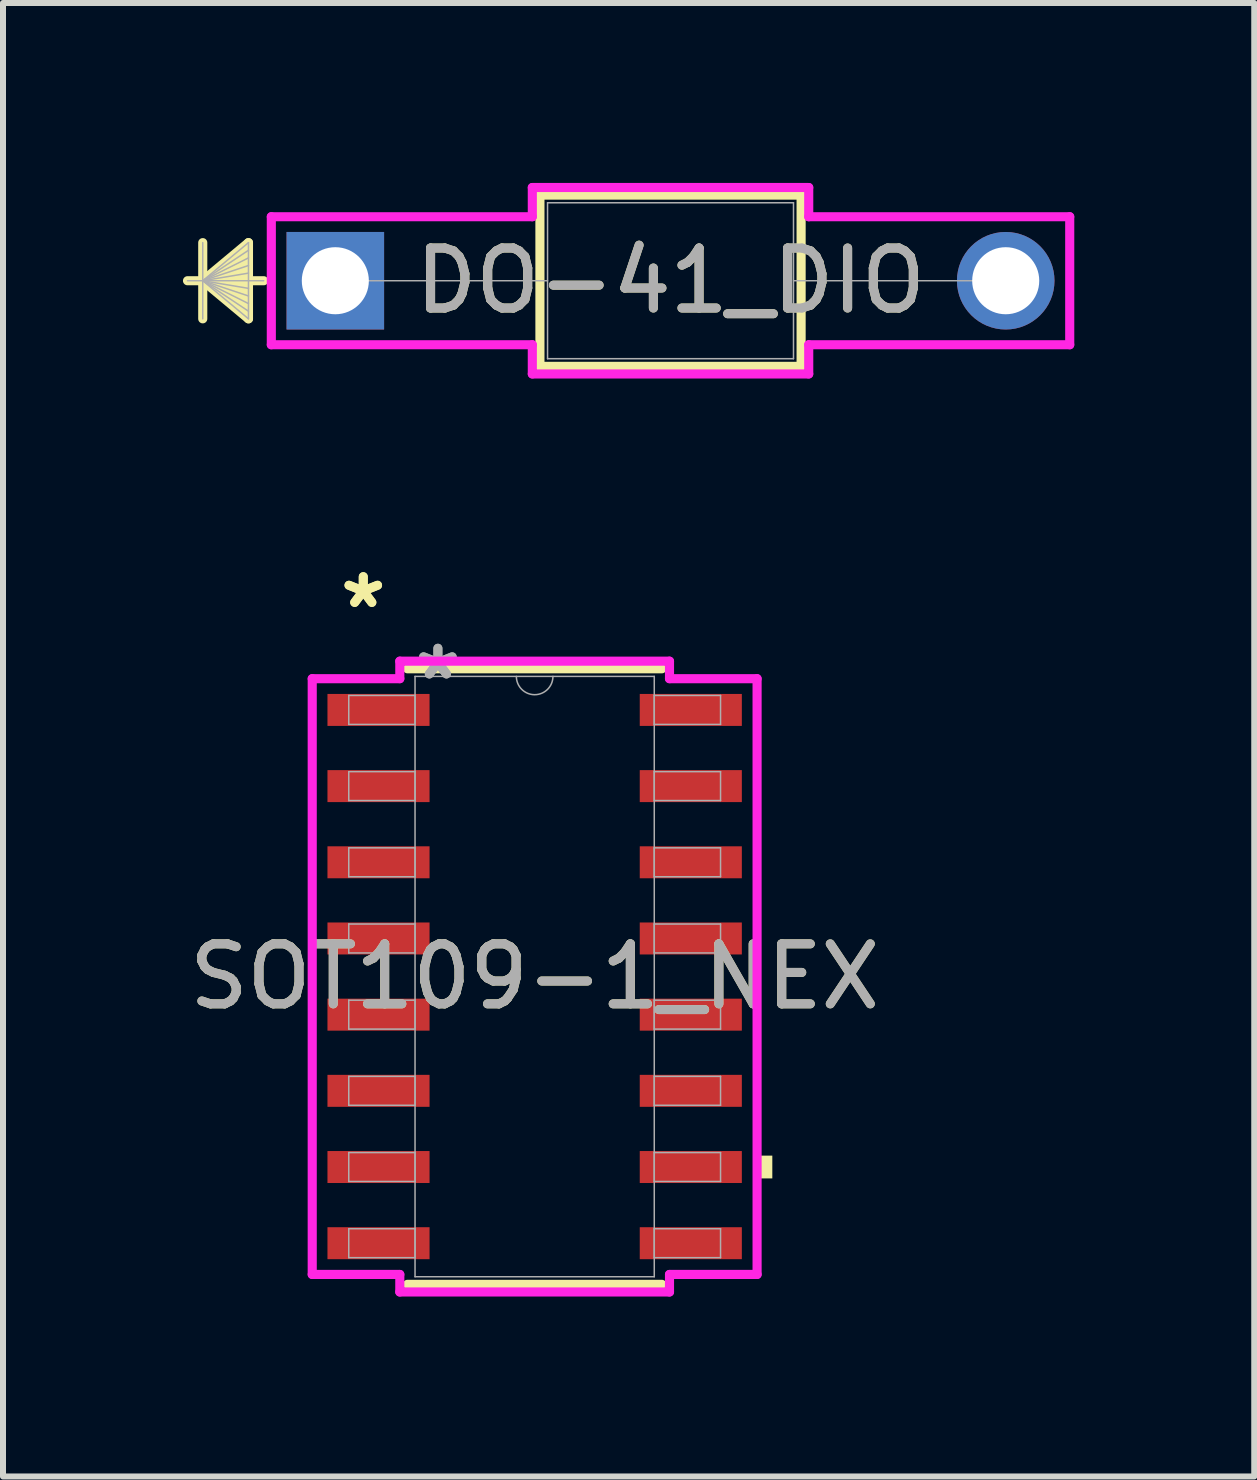
<source format=kicad_pcb>
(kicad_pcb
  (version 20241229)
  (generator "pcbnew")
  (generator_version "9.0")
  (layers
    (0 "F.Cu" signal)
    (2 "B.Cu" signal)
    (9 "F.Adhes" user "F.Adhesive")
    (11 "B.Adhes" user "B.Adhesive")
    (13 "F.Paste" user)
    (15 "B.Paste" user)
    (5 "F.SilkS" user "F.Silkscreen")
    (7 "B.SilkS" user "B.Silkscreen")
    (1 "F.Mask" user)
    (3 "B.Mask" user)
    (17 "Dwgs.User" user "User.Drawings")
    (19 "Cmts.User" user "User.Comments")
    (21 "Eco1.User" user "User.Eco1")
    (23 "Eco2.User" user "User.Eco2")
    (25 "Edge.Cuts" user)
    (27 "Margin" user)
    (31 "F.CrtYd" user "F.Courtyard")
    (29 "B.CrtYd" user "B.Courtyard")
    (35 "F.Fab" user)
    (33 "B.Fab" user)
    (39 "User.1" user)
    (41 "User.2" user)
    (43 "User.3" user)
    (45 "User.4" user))
  (footprint "DO-41_DIO"
    (layer "F.Cu")
    (at 2.54 1.63)
    (property "Reference" "DO-41_DIO" (at 5.588 0 0) (unlocked yes) (layer "F.SilkS") (effects (font (size 1 1) (thickness 0.15))))
    (attr through_hole)
    (fp_line (start -2.21 -0.635) (end -2.21 0.635) (stroke (width 0.152) (type solid)) (layer "F.SilkS"))
    (fp_line (start -2.21 0) (end -1.448 -0.635) (stroke (width 0.152) (type solid)) (layer "F.SilkS"))
    (fp_line (start -2.21 0) (end -1.448 -0.508) (stroke (width 0.152) (type solid)) (layer "F.SilkS"))
    (fp_line (start -2.21 0) (end -1.448 -0.381) (stroke (width 0.152) (type solid)) (layer "F.SilkS"))
    (fp_line (start -2.21 0) (end -1.448 -0.254) (stroke (width 0.152) (type solid)) (layer "F.SilkS"))
    (fp_line (start -2.21 0) (end -1.448 -0.127) (stroke (width 0.152) (type solid)) (layer "F.SilkS"))
    (fp_line (start -2.21 0) (end -1.448 0.127) (stroke (width 0.152) (type solid)) (layer "F.SilkS"))
    (fp_line (start -2.21 0) (end -1.448 0.254) (stroke (width 0.152) (type solid)) (layer "F.SilkS"))
    (fp_line (start -2.21 0) (end -1.448 0.381) (stroke (width 0.152) (type solid)) (layer "F.SilkS"))
    (fp_line (start -2.21 0) (end -1.448 0.508) (stroke (width 0.152) (type solid)) (layer "F.SilkS"))
    (fp_line (start -2.21 0) (end -1.448 0.635) (stroke (width 0.152) (type solid)) (layer "F.SilkS"))
    (fp_line (start -1.448 -0.635) (end -1.448 0.635) (stroke (width 0.152) (type solid)) (layer "F.SilkS"))
    (fp_line (start -1.194 0) (end -2.464 0) (stroke (width 0.152) (type solid)) (layer "F.SilkS"))
    (fp_line (start 3.411 -1.427) (end 3.411 1.427) (stroke (width 0.152) (type solid)) (layer "F.SilkS"))
    (fp_line (start 3.411 1.427) (end 7.765 1.427) (stroke (width 0.152) (type solid)) (layer "F.SilkS"))
    (fp_line (start 7.765 -1.427) (end 3.411 -1.427) (stroke (width 0.152) (type solid)) (layer "F.SilkS"))
    (fp_line (start 7.765 1.427) (end 7.765 -1.427) (stroke (width 0.152) (type solid)) (layer "F.SilkS"))
    (fp_line (start -1.067 -1.067) (end 3.284 -1.067) (stroke (width 0.152) (type solid)) (layer "F.CrtYd"))
    (fp_line (start -1.067 1.067) (end -1.067 -1.067) (stroke (width 0.152) (type solid)) (layer "F.CrtYd"))
    (fp_line (start 3.284 -1.554) (end 7.892 -1.554) (stroke (width 0.152) (type solid)) (layer "F.CrtYd"))
    (fp_line (start 3.284 -1.067) (end 3.284 -1.554) (stroke (width 0.152) (type solid)) (layer "F.CrtYd"))
    (fp_line (start 3.284 1.067) (end -1.067 1.067) (stroke (width 0.152) (type solid)) (layer "F.CrtYd"))
    (fp_line (start 3.284 1.554) (end 3.284 1.067) (stroke (width 0.152) (type solid)) (layer "F.CrtYd"))
    (fp_line (start 7.892 -1.554) (end 7.892 -1.067) (stroke (width 0.152) (type solid)) (layer "F.CrtYd"))
    (fp_line (start 7.892 -1.067) (end 12.243 -1.067) (stroke (width 0.152) (type solid)) (layer "F.CrtYd"))
    (fp_line (start 7.892 1.067) (end 7.892 1.554) (stroke (width 0.152) (type solid)) (layer "F.CrtYd"))
    (fp_line (start 7.892 1.554) (end 3.284 1.554) (stroke (width 0.152) (type solid)) (layer "F.CrtYd"))
    (fp_line (start 12.243 -1.067) (end 12.243 1.067) (stroke (width 0.152) (type solid)) (layer "F.CrtYd"))
    (fp_line (start 12.243 1.067) (end 7.892 1.067) (stroke (width 0.152) (type solid)) (layer "F.CrtYd"))
    (fp_line (start -2.21 -0.635) (end -2.21 0.635) (stroke (width 0.025) (type solid)) (layer "F.Fab"))
    (fp_line (start -2.21 0) (end -1.448 -0.635) (stroke (width 0.025) (type solid)) (layer "F.Fab"))
    (fp_line (start -2.21 0) (end -1.448 -0.508) (stroke (width 0.025) (type solid)) (layer "F.Fab"))
    (fp_line (start -2.21 0) (end -1.448 -0.381) (stroke (width 0.025) (type solid)) (layer "F.Fab"))
    (fp_line (start -2.21 0) (end -1.448 -0.254) (stroke (width 0.025) (type solid)) (layer "F.Fab"))
    (fp_line (start -2.21 0) (end -1.448 -0.127) (stroke (width 0.025) (type solid)) (layer "F.Fab"))
    (fp_line (start -2.21 0) (end -1.448 0.127) (stroke (width 0.025) (type solid)) (layer "F.Fab"))
    (fp_line (start -2.21 0) (end -1.448 0.254) (stroke (width 0.025) (type solid)) (layer "F.Fab"))
    (fp_line (start -2.21 0) (end -1.448 0.381) (stroke (width 0.025) (type solid)) (layer "F.Fab"))
    (fp_line (start -2.21 0) (end -1.448 0.508) (stroke (width 0.025) (type solid)) (layer "F.Fab"))
    (fp_line (start -2.21 0) (end -1.448 0.635) (stroke (width 0.025) (type solid)) (layer "F.Fab"))
    (fp_line (start -1.448 -0.635) (end -1.448 0.635) (stroke (width 0.025) (type solid)) (layer "F.Fab"))
    (fp_line (start -1.194 0) (end -2.464 0) (stroke (width 0.025) (type solid)) (layer "F.Fab"))
    (fp_line (start 0 0) (end 3.538 0) (stroke (width 0.025) (type solid)) (layer "F.Fab"))
    (fp_line (start 3.538 -1.3) (end 3.538 1.3) (stroke (width 0.025) (type solid)) (layer "F.Fab"))
    (fp_line (start 3.538 1.3) (end 7.638 1.3) (stroke (width 0.025) (type solid)) (layer "F.Fab"))
    (fp_line (start 7.638 -1.3) (end 3.538 -1.3) (stroke (width 0.025) (type solid)) (layer "F.Fab"))
    (fp_line (start 7.638 1.3) (end 7.638 -1.3) (stroke (width 0.025) (type solid)) (layer "F.Fab"))
    (fp_line (start 11.176 0) (end 7.638 0) (stroke (width 0.025) (type solid)) (layer "F.Fab"))
    (fp_text user "${REFERENCE}" (at 5.588 0 0) (unlocked yes) (layer "F.Fab") (effects (font (size 1 1) (thickness 0.15))))
    (pad "1" thru_hole rect (at 0 0) (size 1.626 1.626) (drill 1.118) (layers "*.Cu" "*.Mask"))
    (pad "2" thru_hole circle (at 11.176 0) (size 1.626 1.626) (drill 1.118) (layers "*.Cu" "*.Mask")))
  (footprint "SOT109-1_NEX"
    (layer "F.Cu")
    (at 5.863 13.23)
    (property "Reference" "SOT109-1_NEX" (at 0 0 0) (unlocked yes) (layer "F.SilkS") (effects (font (size 1 1) (thickness 0.15))))
    (attr smd)
    (fp_line (start -2.121 5.131) (end 2.121 5.131) (stroke (width 0.152) (type solid)) (layer "F.SilkS"))
    (fp_line (start 2.121 -5.131) (end -2.121 -5.131) (stroke (width 0.152) (type solid)) (layer "F.SilkS"))
    (fp_poly (pts (xy 3.962 2.985) (xy 3.962 3.365) (xy 3.708 3.365) (xy 3.708 2.985)) (stroke (width 0) (type solid)) (fill yes) (layer "F.SilkS"))
    (fp_line (start -3.708 -4.966) (end -2.248 -4.966) (stroke (width 0.152) (type solid)) (layer "F.CrtYd"))
    (fp_line (start -3.708 4.966) (end -3.708 -4.966) (stroke (width 0.152) (type solid)) (layer "F.CrtYd"))
    (fp_line (start -3.708 4.966) (end -2.248 4.966) (stroke (width 0.152) (type solid)) (layer "F.CrtYd"))
    (fp_line (start -2.248 -5.258) (end 2.248 -5.258) (stroke (width 0.152) (type solid)) (layer "F.CrtYd"))
    (fp_line (start -2.248 -4.966) (end -2.248 -5.258) (stroke (width 0.152) (type solid)) (layer "F.CrtYd"))
    (fp_line (start -2.248 5.258) (end -2.248 4.966) (stroke (width 0.152) (type solid)) (layer "F.CrtYd"))
    (fp_line (start 2.248 -5.258) (end 2.248 -4.966) (stroke (width 0.152) (type solid)) (layer "F.CrtYd"))
    (fp_line (start 2.248 4.966) (end 2.248 5.258) (stroke (width 0.152) (type solid)) (layer "F.CrtYd"))
    (fp_line (start 2.248 5.258) (end -2.248 5.258) (stroke (width 0.152) (type solid)) (layer "F.CrtYd"))
    (fp_line (start 3.708 -4.966) (end 2.248 -4.966) (stroke (width 0.152) (type solid)) (layer "F.CrtYd"))
    (fp_line (start 3.708 -4.966) (end 3.708 4.966) (stroke (width 0.152) (type solid)) (layer "F.CrtYd"))
    (fp_line (start 3.708 4.966) (end 2.248 4.966) (stroke (width 0.152) (type solid)) (layer "F.CrtYd"))
    (fp_line (start -3.099 -4.686) (end -3.099 -4.204) (stroke (width 0.025) (type solid)) (layer "F.Fab"))
    (fp_line (start -3.099 -4.204) (end -1.994 -4.204) (stroke (width 0.025) (type solid)) (layer "F.Fab"))
    (fp_line (start -3.099 -3.416) (end -3.099 -2.934) (stroke (width 0.025) (type solid)) (layer "F.Fab"))
    (fp_line (start -3.099 -2.934) (end -1.994 -2.934) (stroke (width 0.025) (type solid)) (layer "F.Fab"))
    (fp_line (start -3.099 -2.146) (end -3.099 -1.664) (stroke (width 0.025) (type solid)) (layer "F.Fab"))
    (fp_line (start -3.099 -1.664) (end -1.994 -1.664) (stroke (width 0.025) (type solid)) (layer "F.Fab"))
    (fp_line (start -3.099 -0.876) (end -3.099 -0.394) (stroke (width 0.025) (type solid)) (layer "F.Fab"))
    (fp_line (start -3.099 -0.394) (end -1.994 -0.394) (stroke (width 0.025) (type solid)) (layer "F.Fab"))
    (fp_line (start -3.099 0.394) (end -3.099 0.876) (stroke (width 0.025) (type solid)) (layer "F.Fab"))
    (fp_line (start -3.099 0.876) (end -1.994 0.876) (stroke (width 0.025) (type solid)) (layer "F.Fab"))
    (fp_line (start -3.099 1.664) (end -3.099 2.146) (stroke (width 0.025) (type solid)) (layer "F.Fab"))
    (fp_line (start -3.099 2.146) (end -1.994 2.146) (stroke (width 0.025) (type solid)) (layer "F.Fab"))
    (fp_line (start -3.099 2.934) (end -3.099 3.416) (stroke (width 0.025) (type solid)) (layer "F.Fab"))
    (fp_line (start -3.099 3.416) (end -1.994 3.416) (stroke (width 0.025) (type solid)) (layer "F.Fab"))
    (fp_line (start -3.099 4.204) (end -3.099 4.686) (stroke (width 0.025) (type solid)) (layer "F.Fab"))
    (fp_line (start -3.099 4.686) (end -1.994 4.686) (stroke (width 0.025) (type solid)) (layer "F.Fab"))
    (fp_line (start -1.994 -5.004) (end -1.994 5.004) (stroke (width 0.025) (type solid)) (layer "F.Fab"))
    (fp_line (start -1.994 -4.686) (end -3.099 -4.686) (stroke (width 0.025) (type solid)) (layer "F.Fab"))
    (fp_line (start -1.994 -4.204) (end -1.994 -4.686) (stroke (width 0.025) (type solid)) (layer "F.Fab"))
    (fp_line (start -1.994 -3.416) (end -3.099 -3.416) (stroke (width 0.025) (type solid)) (layer "F.Fab"))
    (fp_line (start -1.994 -2.934) (end -1.994 -3.416) (stroke (width 0.025) (type solid)) (layer "F.Fab"))
    (fp_line (start -1.994 -2.146) (end -3.099 -2.146) (stroke (width 0.025) (type solid)) (layer "F.Fab"))
    (fp_line (start -1.994 -1.664) (end -1.994 -2.146) (stroke (width 0.025) (type solid)) (layer "F.Fab"))
    (fp_line (start -1.994 -0.876) (end -3.099 -0.876) (stroke (width 0.025) (type solid)) (layer "F.Fab"))
    (fp_line (start -1.994 -0.394) (end -1.994 -0.876) (stroke (width 0.025) (type solid)) (layer "F.Fab"))
    (fp_line (start -1.994 0.394) (end -3.099 0.394) (stroke (width 0.025) (type solid)) (layer "F.Fab"))
    (fp_line (start -1.994 0.876) (end -1.994 0.394) (stroke (width 0.025) (type solid)) (layer "F.Fab"))
    (fp_line (start -1.994 1.664) (end -3.099 1.664) (stroke (width 0.025) (type solid)) (layer "F.Fab"))
    (fp_line (start -1.994 2.146) (end -1.994 1.664) (stroke (width 0.025) (type solid)) (layer "F.Fab"))
    (fp_line (start -1.994 2.934) (end -3.099 2.934) (stroke (width 0.025) (type solid)) (layer "F.Fab"))
    (fp_line (start -1.994 3.416) (end -1.994 2.934) (stroke (width 0.025) (type solid)) (layer "F.Fab"))
    (fp_line (start -1.994 4.204) (end -3.099 4.204) (stroke (width 0.025) (type solid)) (layer "F.Fab"))
    (fp_line (start -1.994 4.686) (end -1.994 4.204) (stroke (width 0.025) (type solid)) (layer "F.Fab"))
    (fp_line (start -1.994 5.004) (end 1.994 5.004) (stroke (width 0.025) (type solid)) (layer "F.Fab"))
    (fp_line (start 1.994 -5.004) (end -1.994 -5.004) (stroke (width 0.025) (type solid)) (layer "F.Fab"))
    (fp_line (start 1.994 -4.686) (end 1.994 -4.204) (stroke (width 0.025) (type solid)) (layer "F.Fab"))
    (fp_line (start 1.994 -4.204) (end 3.099 -4.204) (stroke (width 0.025) (type solid)) (layer "F.Fab"))
    (fp_line (start 1.994 -3.416) (end 1.994 -2.934) (stroke (width 0.025) (type solid)) (layer "F.Fab"))
    (fp_line (start 1.994 -2.934) (end 3.099 -2.934) (stroke (width 0.025) (type solid)) (layer "F.Fab"))
    (fp_line (start 1.994 -2.146) (end 1.994 -1.664) (stroke (width 0.025) (type solid)) (layer "F.Fab"))
    (fp_line (start 1.994 -1.664) (end 3.099 -1.664) (stroke (width 0.025) (type solid)) (layer "F.Fab"))
    (fp_line (start 1.994 -0.876) (end 1.994 -0.394) (stroke (width 0.025) (type solid)) (layer "F.Fab"))
    (fp_line (start 1.994 -0.394) (end 3.099 -0.394) (stroke (width 0.025) (type solid)) (layer "F.Fab"))
    (fp_line (start 1.994 0.394) (end 1.994 0.876) (stroke (width 0.025) (type solid)) (layer "F.Fab"))
    (fp_line (start 1.994 0.876) (end 3.099 0.876) (stroke (width 0.025) (type solid)) (layer "F.Fab"))
    (fp_line (start 1.994 1.664) (end 1.994 2.146) (stroke (width 0.025) (type solid)) (layer "F.Fab"))
    (fp_line (start 1.994 2.146) (end 3.099 2.146) (stroke (width 0.025) (type solid)) (layer "F.Fab"))
    (fp_line (start 1.994 2.934) (end 1.994 3.416) (stroke (width 0.025) (type solid)) (layer "F.Fab"))
    (fp_line (start 1.994 3.416) (end 3.099 3.416) (stroke (width 0.025) (type solid)) (layer "F.Fab"))
    (fp_line (start 1.994 4.204) (end 1.994 4.686) (stroke (width 0.025) (type solid)) (layer "F.Fab"))
    (fp_line (start 1.994 4.686) (end 3.099 4.686) (stroke (width 0.025) (type solid)) (layer "F.Fab"))
    (fp_line (start 1.994 5.004) (end 1.994 -5.004) (stroke (width 0.025) (type solid)) (layer "F.Fab"))
    (fp_line (start 3.099 -4.686) (end 1.994 -4.686) (stroke (width 0.025) (type solid)) (layer "F.Fab"))
    (fp_line (start 3.099 -4.204) (end 3.099 -4.686) (stroke (width 0.025) (type solid)) (layer "F.Fab"))
    (fp_line (start 3.099 -3.416) (end 1.994 -3.416) (stroke (width 0.025) (type solid)) (layer "F.Fab"))
    (fp_line (start 3.099 -2.934) (end 3.099 -3.416) (stroke (width 0.025) (type solid)) (layer "F.Fab"))
    (fp_line (start 3.099 -2.146) (end 1.994 -2.146) (stroke (width 0.025) (type solid)) (layer "F.Fab"))
    (fp_line (start 3.099 -1.664) (end 3.099 -2.146) (stroke (width 0.025) (type solid)) (layer "F.Fab"))
    (fp_line (start 3.099 -0.876) (end 1.994 -0.876) (stroke (width 0.025) (type solid)) (layer "F.Fab"))
    (fp_line (start 3.099 -0.394) (end 3.099 -0.876) (stroke (width 0.025) (type solid)) (layer "F.Fab"))
    (fp_line (start 3.099 0.394) (end 1.994 0.394) (stroke (width 0.025) (type solid)) (layer "F.Fab"))
    (fp_line (start 3.099 0.876) (end 3.099 0.394) (stroke (width 0.025) (type solid)) (layer "F.Fab"))
    (fp_line (start 3.099 1.664) (end 1.994 1.664) (stroke (width 0.025) (type solid)) (layer "F.Fab"))
    (fp_line (start 3.099 2.146) (end 3.099 1.664) (stroke (width 0.025) (type solid)) (layer "F.Fab"))
    (fp_line (start 3.099 2.934) (end 1.994 2.934) (stroke (width 0.025) (type solid)) (layer "F.Fab"))
    (fp_line (start 3.099 3.416) (end 3.099 2.934) (stroke (width 0.025) (type solid)) (layer "F.Fab"))
    (fp_line (start 3.099 4.204) (end 1.994 4.204) (stroke (width 0.025) (type solid)) (layer "F.Fab"))
    (fp_line (start 3.099 4.686) (end 3.099 4.204) (stroke (width 0.025) (type solid)) (layer "F.Fab"))
    (fp_arc (start 0.3048 -5.0038) (mid 0 -4.699) (end -0.3048 -5.0038) (stroke (width 0.0254) (type solid)) (layer "F.Fab"))
    (fp_text user "*" (at -2.857 -6.121 0) (layer "F.SilkS") (effects (font (size 1 1) (thickness 0.15))))
    (fp_text user "*" (at -2.857 -6.121 0) (unlocked yes) (layer "F.SilkS") (effects (font (size 1 1) (thickness 0.15))))
    (fp_text user "${REFERENCE}" (at 0 0 0) (unlocked yes) (layer "F.Fab") (effects (font (size 1 1) (thickness 0.15))))
    (fp_text user "*" (at -1.613 -4.928 0) (layer "F.Fab") (effects (font (size 1 1) (thickness 0.15))))
    (fp_text user "*" (at -1.613 -4.928 0) (unlocked yes) (layer "F.Fab") (effects (font (size 1 1) (thickness 0.15))))
    (pad "1" smd rect (at -2.603 -4.445) (size 1.702 0.533) (layers "F.Cu" "F.Mask" "F.Paste"))
    (pad "2" smd rect (at -2.603 -3.175) (size 1.702 0.533) (layers "F.Cu" "F.Mask" "F.Paste"))
    (pad "3" smd rect (at -2.603 -1.905) (size 1.702 0.533) (layers "F.Cu" "F.Mask" "F.Paste"))
    (pad "4" smd rect (at -2.603 -0.635) (size 1.702 0.533) (layers "F.Cu" "F.Mask" "F.Paste"))
    (pad "5" smd rect (at -2.603 0.635) (size 1.702 0.533) (layers "F.Cu" "F.Mask" "F.Paste"))
    (pad "6" smd rect (at -2.603 1.905) (size 1.702 0.533) (layers "F.Cu" "F.Mask" "F.Paste"))
    (pad "7" smd rect (at -2.603 3.175) (size 1.702 0.533) (layers "F.Cu" "F.Mask" "F.Paste"))
    (pad "8" smd rect (at -2.603 4.445) (size 1.702 0.533) (layers "F.Cu" "F.Mask" "F.Paste"))
    (pad "9" smd rect (at 2.603 4.445) (size 1.702 0.533) (layers "F.Cu" "F.Mask" "F.Paste"))
    (pad "10" smd rect (at 2.603 3.175) (size 1.702 0.533) (layers "F.Cu" "F.Mask" "F.Paste"))
    (pad "11" smd rect (at 2.603 1.905) (size 1.702 0.533) (layers "F.Cu" "F.Mask" "F.Paste"))
    (pad "12" smd rect (at 2.603 0.635) (size 1.702 0.533) (layers "F.Cu" "F.Mask" "F.Paste"))
    (pad "13" smd rect (at 2.603 -0.635) (size 1.702 0.533) (layers "F.Cu" "F.Mask" "F.Paste"))
    (pad "14" smd rect (at 2.603 -1.905) (size 1.702 0.533) (layers "F.Cu" "F.Mask" "F.Paste"))
    (pad "15" smd rect (at 2.603 -3.175) (size 1.702 0.533) (layers "F.Cu" "F.Mask" "F.Paste"))
    (pad "16" smd rect (at 2.603 -4.445) (size 1.702 0.533) (layers "F.Cu" "F.Mask" "F.Paste")))
  (gr_rect
    (start -3 -3)
    (end 17.859 21.564)
    (stroke (width 0.1) (type default))
    (fill no)
    (layer "Edge.Cuts")))
</source>
